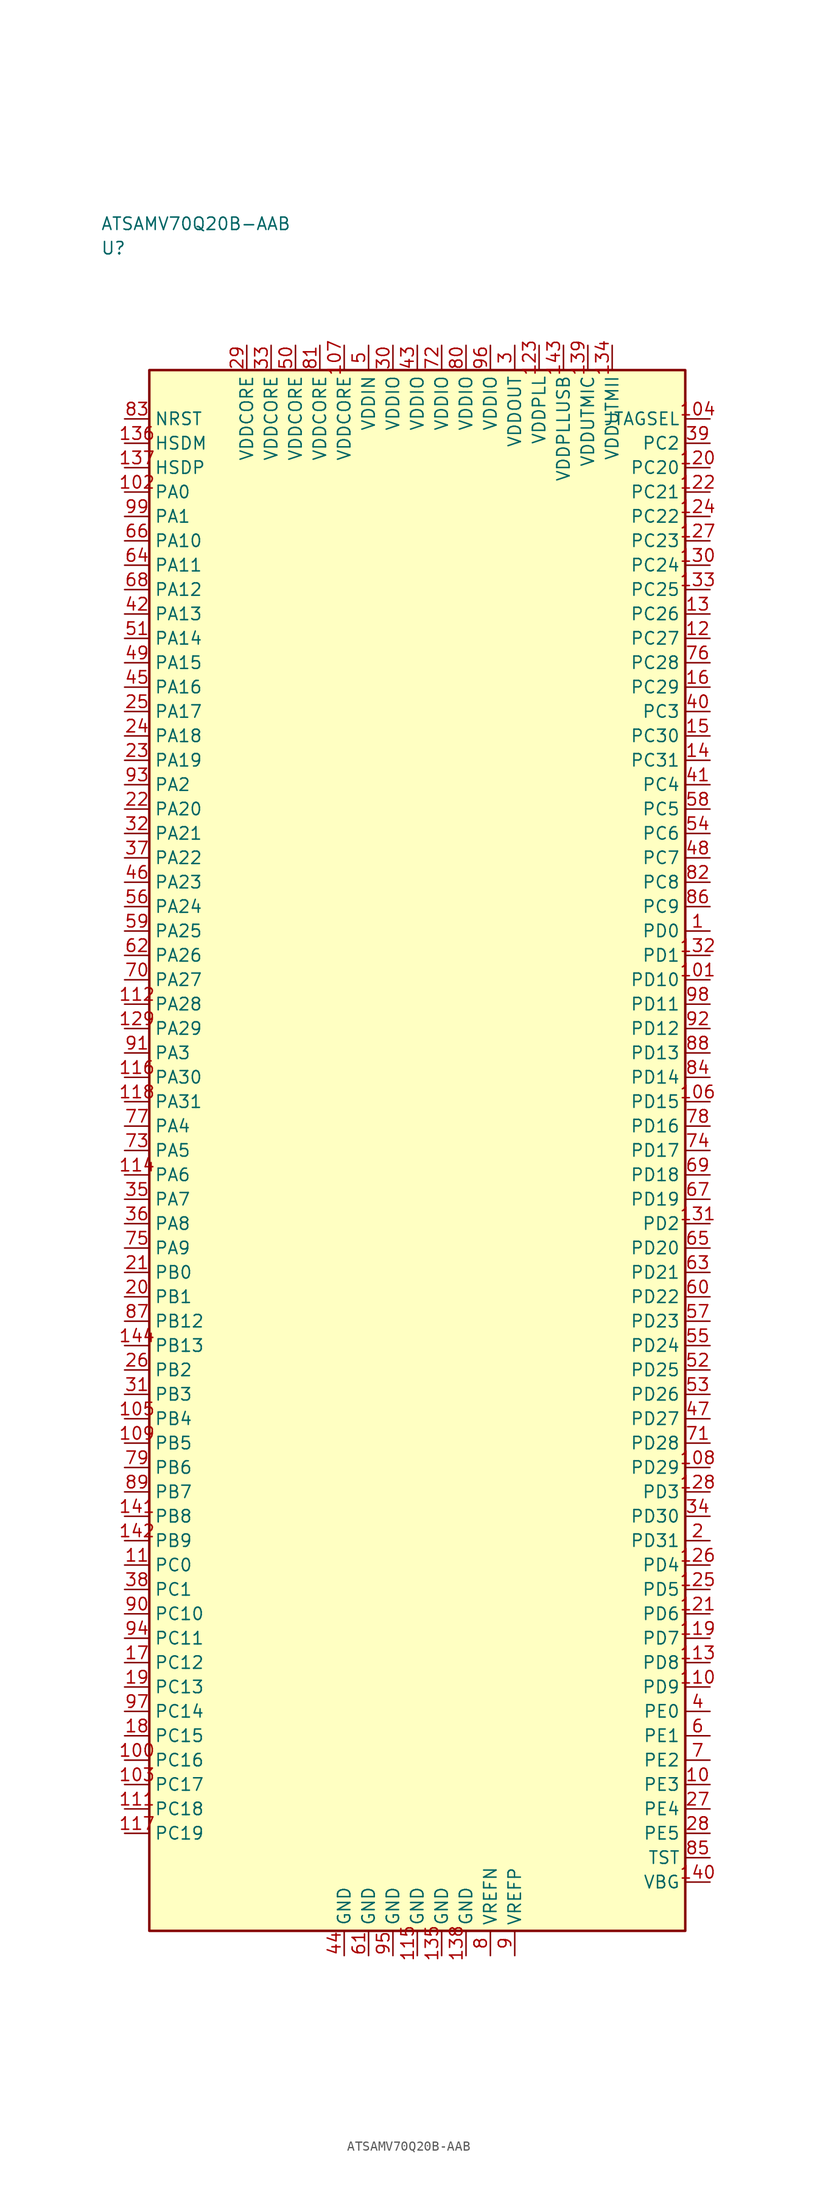
<source format=kicad_sym>
(kicad_symbol_lib
  (version 20241025)
  (generator "kicad_symbol_editor")
  (generator_version "8.0")
  (symbol "ATSAMV70Q20B-AAB"
    (property "Reference" "U"
      (at -32.5 92.5 0)
      (effects (font (size 1.27 1.27)) (justify left)))
    (property "Value" "ATSAMV70Q20B-AAB"
      (at -32.5 95.0 0)
      (effects (font (size 1.27 1.27)) (justify left)))
    (symbol "ATSAMV70Q20B-AAB_0_1"
      (rectangle (start -27.5 80.0) (end 27.5 -80.0) (stroke (width 0.254) (type default)) (fill (type background))))
    (symbol "ATSAMV70Q20B-AAB_1_1"
      (pin bidirectional line (at -30.04 67.5 0.0) (length 2.54) (name "PA0" (effects (font (size 1.27 1.27)))) (number "102" (effects (font (size 1.27 1.27)))))
      (pin bidirectional line (at -30.04 65.0 0.0) (length 2.54) (name "PA1" (effects (font (size 1.27 1.27)))) (number "99" (effects (font (size 1.27 1.27)))))
      (pin bidirectional line (at -30.04 37.5 0.0) (length 2.54) (name "PA2" (effects (font (size 1.27 1.27)))) (number "93" (effects (font (size 1.27 1.27)))))
      (pin bidirectional line (at -30.04 10.0 0.0) (length 2.54) (name "PA3" (effects (font (size 1.27 1.27)))) (number "91" (effects (font (size 1.27 1.27)))))
      (pin bidirectional line (at -30.04 2.5 0.0) (length 2.54) (name "PA4" (effects (font (size 1.27 1.27)))) (number "77" (effects (font (size 1.27 1.27)))))
      (pin bidirectional line (at -30.04 0.0 0.0) (length 2.54) (name "PA5" (effects (font (size 1.27 1.27)))) (number "73" (effects (font (size 1.27 1.27)))))
      (pin bidirectional line (at -30.04 -2.5 0.0) (length 2.54) (name "PA6" (effects (font (size 1.27 1.27)))) (number "114" (effects (font (size 1.27 1.27)))))
      (pin bidirectional line (at -30.04 -5.0 0.0) (length 2.54) (name "PA7" (effects (font (size 1.27 1.27)))) (number "35" (effects (font (size 1.27 1.27)))))
      (pin bidirectional line (at -30.04 -7.5 0.0) (length 2.54) (name "PA8" (effects (font (size 1.27 1.27)))) (number "36" (effects (font (size 1.27 1.27)))))
      (pin bidirectional line (at -30.04 -10.0 0.0) (length 2.54) (name "PA9" (effects (font (size 1.27 1.27)))) (number "75" (effects (font (size 1.27 1.27)))))
      (pin bidirectional line (at -30.04 62.5 0.0) (length 2.54) (name "PA10" (effects (font (size 1.27 1.27)))) (number "66" (effects (font (size 1.27 1.27)))))
      (pin bidirectional line (at -30.04 60.0 0.0) (length 2.54) (name "PA11" (effects (font (size 1.27 1.27)))) (number "64" (effects (font (size 1.27 1.27)))))
      (pin bidirectional line (at -30.04 57.5 0.0) (length 2.54) (name "PA12" (effects (font (size 1.27 1.27)))) (number "68" (effects (font (size 1.27 1.27)))))
      (pin bidirectional line (at -30.04 55.0 0.0) (length 2.54) (name "PA13" (effects (font (size 1.27 1.27)))) (number "42" (effects (font (size 1.27 1.27)))))
      (pin bidirectional line (at -30.04 52.5 0.0) (length 2.54) (name "PA14" (effects (font (size 1.27 1.27)))) (number "51" (effects (font (size 1.27 1.27)))))
      (pin bidirectional line (at -30.04 50.0 0.0) (length 2.54) (name "PA15" (effects (font (size 1.27 1.27)))) (number "49" (effects (font (size 1.27 1.27)))))
      (pin bidirectional line (at -30.04 47.5 0.0) (length 2.54) (name "PA16" (effects (font (size 1.27 1.27)))) (number "45" (effects (font (size 1.27 1.27)))))
      (pin bidirectional line (at -30.04 45.0 0.0) (length 2.54) (name "PA17" (effects (font (size 1.27 1.27)))) (number "25" (effects (font (size 1.27 1.27)))))
      (pin bidirectional line (at -30.04 42.5 0.0) (length 2.54) (name "PA18" (effects (font (size 1.27 1.27)))) (number "24" (effects (font (size 1.27 1.27)))))
      (pin bidirectional line (at -30.04 40.0 0.0) (length 2.54) (name "PA19" (effects (font (size 1.27 1.27)))) (number "23" (effects (font (size 1.27 1.27)))))
      (pin bidirectional line (at -30.04 35.0 0.0) (length 2.54) (name "PA20" (effects (font (size 1.27 1.27)))) (number "22" (effects (font (size 1.27 1.27)))))
      (pin bidirectional line (at -30.04 32.5 0.0) (length 2.54) (name "PA21" (effects (font (size 1.27 1.27)))) (number "32" (effects (font (size 1.27 1.27)))))
      (pin bidirectional line (at -30.04 30.0 0.0) (length 2.54) (name "PA22" (effects (font (size 1.27 1.27)))) (number "37" (effects (font (size 1.27 1.27)))))
      (pin bidirectional line (at -30.04 27.5 0.0) (length 2.54) (name "PA23" (effects (font (size 1.27 1.27)))) (number "46" (effects (font (size 1.27 1.27)))))
      (pin bidirectional line (at -30.04 25.0 0.0) (length 2.54) (name "PA24" (effects (font (size 1.27 1.27)))) (number "56" (effects (font (size 1.27 1.27)))))
      (pin bidirectional line (at -30.04 22.5 0.0) (length 2.54) (name "PA25" (effects (font (size 1.27 1.27)))) (number "59" (effects (font (size 1.27 1.27)))))
      (pin bidirectional line (at -30.04 20.0 0.0) (length 2.54) (name "PA26" (effects (font (size 1.27 1.27)))) (number "62" (effects (font (size 1.27 1.27)))))
      (pin bidirectional line (at -30.04 17.5 0.0) (length 2.54) (name "PA27" (effects (font (size 1.27 1.27)))) (number "70" (effects (font (size 1.27 1.27)))))
      (pin bidirectional line (at -30.04 15.0 0.0) (length 2.54) (name "PA28" (effects (font (size 1.27 1.27)))) (number "112" (effects (font (size 1.27 1.27)))))
      (pin bidirectional line (at -30.04 12.5 0.0) (length 2.54) (name "PA29" (effects (font (size 1.27 1.27)))) (number "129" (effects (font (size 1.27 1.27)))))
      (pin bidirectional line (at -30.04 7.5 0.0) (length 2.54) (name "PA30" (effects (font (size 1.27 1.27)))) (number "116" (effects (font (size 1.27 1.27)))))
      (pin bidirectional line (at -30.04 5.0 0.0) (length 2.54) (name "PA31" (effects (font (size 1.27 1.27)))) (number "118" (effects (font (size 1.27 1.27)))))
      (pin bidirectional line (at -30.04 -12.5 0.0) (length 2.54) (name "PB0" (effects (font (size 1.27 1.27)))) (number "21" (effects (font (size 1.27 1.27)))))
      (pin bidirectional line (at -30.04 -15.0 0.0) (length 2.54) (name "PB1" (effects (font (size 1.27 1.27)))) (number "20" (effects (font (size 1.27 1.27)))))
      (pin bidirectional line (at -30.04 -22.5 0.0) (length 2.54) (name "PB2" (effects (font (size 1.27 1.27)))) (number "26" (effects (font (size 1.27 1.27)))))
      (pin bidirectional line (at -30.04 -25.0 0.0) (length 2.54) (name "PB3" (effects (font (size 1.27 1.27)))) (number "31" (effects (font (size 1.27 1.27)))))
      (pin bidirectional line (at -30.04 -27.5 0.0) (length 2.54) (name "PB4" (effects (font (size 1.27 1.27)))) (number "105" (effects (font (size 1.27 1.27)))))
      (pin bidirectional line (at -30.04 -30.0 0.0) (length 2.54) (name "PB5" (effects (font (size 1.27 1.27)))) (number "109" (effects (font (size 1.27 1.27)))))
      (pin bidirectional line (at -30.04 -32.5 0.0) (length 2.54) (name "PB6" (effects (font (size 1.27 1.27)))) (number "79" (effects (font (size 1.27 1.27)))))
      (pin bidirectional line (at -30.04 -35.0 0.0) (length 2.54) (name "PB7" (effects (font (size 1.27 1.27)))) (number "89" (effects (font (size 1.27 1.27)))))
      (pin bidirectional line (at -30.04 -37.5 0.0) (length 2.54) (name "PB8" (effects (font (size 1.27 1.27)))) (number "141" (effects (font (size 1.27 1.27)))))
      (pin bidirectional line (at -30.04 -40.0 0.0) (length 2.54) (name "PB9" (effects (font (size 1.27 1.27)))) (number "142" (effects (font (size 1.27 1.27)))))
      (pin bidirectional line (at -30.04 -17.5 0.0) (length 2.54) (name "PB12" (effects (font (size 1.27 1.27)))) (number "87" (effects (font (size 1.27 1.27)))))
      (pin bidirectional line (at -30.04 -20.0 0.0) (length 2.54) (name "PB13" (effects (font (size 1.27 1.27)))) (number "144" (effects (font (size 1.27 1.27)))))
      (pin bidirectional line (at -30.04 -42.5 0.0) (length 2.54) (name "PC0" (effects (font (size 1.27 1.27)))) (number "11" (effects (font (size 1.27 1.27)))))
      (pin bidirectional line (at -30.04 -45.0 0.0) (length 2.54) (name "PC1" (effects (font (size 1.27 1.27)))) (number "38" (effects (font (size 1.27 1.27)))))
      (pin bidirectional line (at 30.04 72.5 180.0) (length 2.54) (name "PC2" (effects (font (size 1.27 1.27)))) (number "39" (effects (font (size 1.27 1.27)))))
      (pin bidirectional line (at 30.04 45.0 180.0) (length 2.54) (name "PC3" (effects (font (size 1.27 1.27)))) (number "40" (effects (font (size 1.27 1.27)))))
      (pin bidirectional line (at 30.04 37.5 180.0) (length 2.54) (name "PC4" (effects (font (size 1.27 1.27)))) (number "41" (effects (font (size 1.27 1.27)))))
      (pin bidirectional line (at 30.04 35.0 180.0) (length 2.54) (name "PC5" (effects (font (size 1.27 1.27)))) (number "58" (effects (font (size 1.27 1.27)))))
      (pin bidirectional line (at 30.04 32.5 180.0) (length 2.54) (name "PC6" (effects (font (size 1.27 1.27)))) (number "54" (effects (font (size 1.27 1.27)))))
      (pin bidirectional line (at 30.04 30.0 180.0) (length 2.54) (name "PC7" (effects (font (size 1.27 1.27)))) (number "48" (effects (font (size 1.27 1.27)))))
      (pin bidirectional line (at 30.04 27.5 180.0) (length 2.54) (name "PC8" (effects (font (size 1.27 1.27)))) (number "82" (effects (font (size 1.27 1.27)))))
      (pin bidirectional line (at 30.04 25.0 180.0) (length 2.54) (name "PC9" (effects (font (size 1.27 1.27)))) (number "86" (effects (font (size 1.27 1.27)))))
      (pin bidirectional line (at -30.04 -47.5 0.0) (length 2.54) (name "PC10" (effects (font (size 1.27 1.27)))) (number "90" (effects (font (size 1.27 1.27)))))
      (pin bidirectional line (at -30.04 -50.0 0.0) (length 2.54) (name "PC11" (effects (font (size 1.27 1.27)))) (number "94" (effects (font (size 1.27 1.27)))))
      (pin bidirectional line (at -30.04 -52.5 0.0) (length 2.54) (name "PC12" (effects (font (size 1.27 1.27)))) (number "17" (effects (font (size 1.27 1.27)))))
      (pin bidirectional line (at -30.04 -55.0 0.0) (length 2.54) (name "PC13" (effects (font (size 1.27 1.27)))) (number "19" (effects (font (size 1.27 1.27)))))
      (pin bidirectional line (at -30.04 -57.5 0.0) (length 2.54) (name "PC14" (effects (font (size 1.27 1.27)))) (number "97" (effects (font (size 1.27 1.27)))))
      (pin bidirectional line (at -30.04 -60.0 0.0) (length 2.54) (name "PC15" (effects (font (size 1.27 1.27)))) (number "18" (effects (font (size 1.27 1.27)))))
      (pin bidirectional line (at -30.04 -62.5 0.0) (length 2.54) (name "PC16" (effects (font (size 1.27 1.27)))) (number "100" (effects (font (size 1.27 1.27)))))
      (pin bidirectional line (at -30.04 -65.0 0.0) (length 2.54) (name "PC17" (effects (font (size 1.27 1.27)))) (number "103" (effects (font (size 1.27 1.27)))))
      (pin bidirectional line (at -30.04 -67.5 0.0) (length 2.54) (name "PC18" (effects (font (size 1.27 1.27)))) (number "111" (effects (font (size 1.27 1.27)))))
      (pin bidirectional line (at -30.04 -70.0 0.0) (length 2.54) (name "PC19" (effects (font (size 1.27 1.27)))) (number "117" (effects (font (size 1.27 1.27)))))
      (pin bidirectional line (at 30.04 70.0 180.0) (length 2.54) (name "PC20" (effects (font (size 1.27 1.27)))) (number "120" (effects (font (size 1.27 1.27)))))
      (pin bidirectional line (at 30.04 67.5 180.0) (length 2.54) (name "PC21" (effects (font (size 1.27 1.27)))) (number "122" (effects (font (size 1.27 1.27)))))
      (pin bidirectional line (at 30.04 65.0 180.0) (length 2.54) (name "PC22" (effects (font (size 1.27 1.27)))) (number "124" (effects (font (size 1.27 1.27)))))
      (pin bidirectional line (at 30.04 62.5 180.0) (length 2.54) (name "PC23" (effects (font (size 1.27 1.27)))) (number "127" (effects (font (size 1.27 1.27)))))
      (pin bidirectional line (at 30.04 60.0 180.0) (length 2.54) (name "PC24" (effects (font (size 1.27 1.27)))) (number "130" (effects (font (size 1.27 1.27)))))
      (pin bidirectional line (at 30.04 57.5 180.0) (length 2.54) (name "PC25" (effects (font (size 1.27 1.27)))) (number "133" (effects (font (size 1.27 1.27)))))
      (pin bidirectional line (at 30.04 55.0 180.0) (length 2.54) (name "PC26" (effects (font (size 1.27 1.27)))) (number "13" (effects (font (size 1.27 1.27)))))
      (pin bidirectional line (at 30.04 52.5 180.0) (length 2.54) (name "PC27" (effects (font (size 1.27 1.27)))) (number "12" (effects (font (size 1.27 1.27)))))
      (pin bidirectional line (at 30.04 50.0 180.0) (length 2.54) (name "PC28" (effects (font (size 1.27 1.27)))) (number "76" (effects (font (size 1.27 1.27)))))
      (pin bidirectional line (at 30.04 47.5 180.0) (length 2.54) (name "PC29" (effects (font (size 1.27 1.27)))) (number "16" (effects (font (size 1.27 1.27)))))
      (pin bidirectional line (at 30.04 42.5 180.0) (length 2.54) (name "PC30" (effects (font (size 1.27 1.27)))) (number "15" (effects (font (size 1.27 1.27)))))
      (pin bidirectional line (at 30.04 40.0 180.0) (length 2.54) (name "PC31" (effects (font (size 1.27 1.27)))) (number "14" (effects (font (size 1.27 1.27)))))
      (pin bidirectional line (at 30.04 22.5 180.0) (length 2.54) (name "PD0" (effects (font (size 1.27 1.27)))) (number "1" (effects (font (size 1.27 1.27)))))
      (pin bidirectional line (at 30.04 20.0 180.0) (length 2.54) (name "PD1" (effects (font (size 1.27 1.27)))) (number "132" (effects (font (size 1.27 1.27)))))
      (pin bidirectional line (at 30.04 -7.5 180.0) (length 2.54) (name "PD2" (effects (font (size 1.27 1.27)))) (number "131" (effects (font (size 1.27 1.27)))))
      (pin bidirectional line (at 30.04 -35.0 180.0) (length 2.54) (name "PD3" (effects (font (size 1.27 1.27)))) (number "128" (effects (font (size 1.27 1.27)))))
      (pin bidirectional line (at 30.04 -42.5 180.0) (length 2.54) (name "PD4" (effects (font (size 1.27 1.27)))) (number "126" (effects (font (size 1.27 1.27)))))
      (pin bidirectional line (at 30.04 -45.0 180.0) (length 2.54) (name "PD5" (effects (font (size 1.27 1.27)))) (number "125" (effects (font (size 1.27 1.27)))))
      (pin bidirectional line (at 30.04 -47.5 180.0) (length 2.54) (name "PD6" (effects (font (size 1.27 1.27)))) (number "121" (effects (font (size 1.27 1.27)))))
      (pin bidirectional line (at 30.04 -50.0 180.0) (length 2.54) (name "PD7" (effects (font (size 1.27 1.27)))) (number "119" (effects (font (size 1.27 1.27)))))
      (pin bidirectional line (at 30.04 -52.5 180.0) (length 2.54) (name "PD8" (effects (font (size 1.27 1.27)))) (number "113" (effects (font (size 1.27 1.27)))))
      (pin bidirectional line (at 30.04 -55.0 180.0) (length 2.54) (name "PD9" (effects (font (size 1.27 1.27)))) (number "110" (effects (font (size 1.27 1.27)))))
      (pin bidirectional line (at 30.04 17.5 180.0) (length 2.54) (name "PD10" (effects (font (size 1.27 1.27)))) (number "101" (effects (font (size 1.27 1.27)))))
      (pin bidirectional line (at 30.04 15.0 180.0) (length 2.54) (name "PD11" (effects (font (size 1.27 1.27)))) (number "98" (effects (font (size 1.27 1.27)))))
      (pin bidirectional line (at 30.04 12.5 180.0) (length 2.54) (name "PD12" (effects (font (size 1.27 1.27)))) (number "92" (effects (font (size 1.27 1.27)))))
      (pin bidirectional line (at 30.04 10.0 180.0) (length 2.54) (name "PD13" (effects (font (size 1.27 1.27)))) (number "88" (effects (font (size 1.27 1.27)))))
      (pin bidirectional line (at 30.04 7.5 180.0) (length 2.54) (name "PD14" (effects (font (size 1.27 1.27)))) (number "84" (effects (font (size 1.27 1.27)))))
      (pin bidirectional line (at 30.04 5.0 180.0) (length 2.54) (name "PD15" (effects (font (size 1.27 1.27)))) (number "106" (effects (font (size 1.27 1.27)))))
      (pin bidirectional line (at 30.04 2.5 180.0) (length 2.54) (name "PD16" (effects (font (size 1.27 1.27)))) (number "78" (effects (font (size 1.27 1.27)))))
      (pin bidirectional line (at 30.04 0.0 180.0) (length 2.54) (name "PD17" (effects (font (size 1.27 1.27)))) (number "74" (effects (font (size 1.27 1.27)))))
      (pin bidirectional line (at 30.04 -2.5 180.0) (length 2.54) (name "PD18" (effects (font (size 1.27 1.27)))) (number "69" (effects (font (size 1.27 1.27)))))
      (pin bidirectional line (at 30.04 -5.0 180.0) (length 2.54) (name "PD19" (effects (font (size 1.27 1.27)))) (number "67" (effects (font (size 1.27 1.27)))))
      (pin bidirectional line (at 30.04 -10.0 180.0) (length 2.54) (name "PD20" (effects (font (size 1.27 1.27)))) (number "65" (effects (font (size 1.27 1.27)))))
      (pin bidirectional line (at 30.04 -12.5 180.0) (length 2.54) (name "PD21" (effects (font (size 1.27 1.27)))) (number "63" (effects (font (size 1.27 1.27)))))
      (pin bidirectional line (at 30.04 -15.0 180.0) (length 2.54) (name "PD22" (effects (font (size 1.27 1.27)))) (number "60" (effects (font (size 1.27 1.27)))))
      (pin bidirectional line (at 30.04 -17.5 180.0) (length 2.54) (name "PD23" (effects (font (size 1.27 1.27)))) (number "57" (effects (font (size 1.27 1.27)))))
      (pin bidirectional line (at 30.04 -20.0 180.0) (length 2.54) (name "PD24" (effects (font (size 1.27 1.27)))) (number "55" (effects (font (size 1.27 1.27)))))
      (pin bidirectional line (at 30.04 -22.5 180.0) (length 2.54) (name "PD25" (effects (font (size 1.27 1.27)))) (number "52" (effects (font (size 1.27 1.27)))))
      (pin bidirectional line (at 30.04 -25.0 180.0) (length 2.54) (name "PD26" (effects (font (size 1.27 1.27)))) (number "53" (effects (font (size 1.27 1.27)))))
      (pin bidirectional line (at 30.04 -27.5 180.0) (length 2.54) (name "PD27" (effects (font (size 1.27 1.27)))) (number "47" (effects (font (size 1.27 1.27)))))
      (pin bidirectional line (at 30.04 -30.0 180.0) (length 2.54) (name "PD28" (effects (font (size 1.27 1.27)))) (number "71" (effects (font (size 1.27 1.27)))))
      (pin bidirectional line (at 30.04 -32.5 180.0) (length 2.54) (name "PD29" (effects (font (size 1.27 1.27)))) (number "108" (effects (font (size 1.27 1.27)))))
      (pin bidirectional line (at 30.04 -37.5 180.0) (length 2.54) (name "PD30" (effects (font (size 1.27 1.27)))) (number "34" (effects (font (size 1.27 1.27)))))
      (pin bidirectional line (at 30.04 -40.0 180.0) (length 2.54) (name "PD31" (effects (font (size 1.27 1.27)))) (number "2" (effects (font (size 1.27 1.27)))))
      (pin bidirectional line (at 30.04 -57.5 180.0) (length 2.54) (name "PE0" (effects (font (size 1.27 1.27)))) (number "4" (effects (font (size 1.27 1.27)))))
      (pin bidirectional line (at 30.04 -60.0 180.0) (length 2.54) (name "PE1" (effects (font (size 1.27 1.27)))) (number "6" (effects (font (size 1.27 1.27)))))
      (pin bidirectional line (at 30.04 -62.5 180.0) (length 2.54) (name "PE2" (effects (font (size 1.27 1.27)))) (number "7" (effects (font (size 1.27 1.27)))))
      (pin bidirectional line (at 30.04 -65.0 180.0) (length 2.54) (name "PE3" (effects (font (size 1.27 1.27)))) (number "10" (effects (font (size 1.27 1.27)))))
      (pin bidirectional line (at 30.04 -67.5 180.0) (length 2.54) (name "PE4" (effects (font (size 1.27 1.27)))) (number "27" (effects (font (size 1.27 1.27)))))
      (pin bidirectional line (at 30.04 -70.0 180.0) (length 2.54) (name "PE5" (effects (font (size 1.27 1.27)))) (number "28" (effects (font (size 1.27 1.27)))))
      (pin power_in line (at 10.0 82.54 270.0) (length 2.54) (name "VDDOUT" (effects (font (size 1.27 1.27)))) (number "3" (effects (font (size 1.27 1.27)))))
      (pin power_in line (at -5.0 82.54 270.0) (length 2.54) (name "VDDIN" (effects (font (size 1.27 1.27)))) (number "5" (effects (font (size 1.27 1.27)))))
      (pin passive line (at 7.5 -82.54 90.0) (length 2.54) (name "VREFN" (effects (font (size 1.27 1.27)))) (number "8" (effects (font (size 1.27 1.27)))))
      (pin passive line (at 10.0 -82.54 90.0) (length 2.54) (name "VREFP" (effects (font (size 1.27 1.27)))) (number "9" (effects (font (size 1.27 1.27)))))
      (pin input line (at -30.04 75.0 0.0) (length 2.54) (name "NRST" (effects (font (size 1.27 1.27)))) (number "83" (effects (font (size 1.27 1.27)))))
      (pin bidirectional line (at 30.04 -72.5 180.0) (length 2.54) (name "TST" (effects (font (size 1.27 1.27)))) (number "85" (effects (font (size 1.27 1.27)))))
      (pin power_in line (at -2.5 82.54 270.0) (length 2.54) (name "VDDIO" (effects (font (size 1.27 1.27)))) (number "30" (effects (font (size 1.27 1.27)))))
      (pin power_in line (at 0.0 82.54 270.0) (length 2.54) (name "VDDIO" (effects (font (size 1.27 1.27)))) (number "43" (effects (font (size 1.27 1.27)))))
      (pin power_in line (at 2.5 82.54 270.0) (length 2.54) (name "VDDIO" (effects (font (size 1.27 1.27)))) (number "72" (effects (font (size 1.27 1.27)))))
      (pin power_in line (at 5.0 82.54 270.0) (length 2.54) (name "VDDIO" (effects (font (size 1.27 1.27)))) (number "80" (effects (font (size 1.27 1.27)))))
      (pin power_in line (at 7.5 82.54 270.0) (length 2.54) (name "VDDIO" (effects (font (size 1.27 1.27)))) (number "96" (effects (font (size 1.27 1.27)))))
      (pin output line (at 30.04 75.0 180.0) (length 2.54) (name "JTAGSEL" (effects (font (size 1.27 1.27)))) (number "104" (effects (font (size 1.27 1.27)))))
      (pin power_in line (at -17.5 82.54 270.0) (length 2.54) (name "VDDCORE" (effects (font (size 1.27 1.27)))) (number "29" (effects (font (size 1.27 1.27)))))
      (pin power_in line (at -15.0 82.54 270.0) (length 2.54) (name "VDDCORE" (effects (font (size 1.27 1.27)))) (number "33" (effects (font (size 1.27 1.27)))))
      (pin power_in line (at -12.5 82.54 270.0) (length 2.54) (name "VDDCORE" (effects (font (size 1.27 1.27)))) (number "50" (effects (font (size 1.27 1.27)))))
      (pin power_in line (at -10.0 82.54 270.0) (length 2.54) (name "VDDCORE" (effects (font (size 1.27 1.27)))) (number "81" (effects (font (size 1.27 1.27)))))
      (pin power_in line (at -7.5 82.54 270.0) (length 2.54) (name "VDDCORE" (effects (font (size 1.27 1.27)))) (number "107" (effects (font (size 1.27 1.27)))))
      (pin power_in line (at 12.5 82.54 270.0) (length 2.54) (name "VDDPLL" (effects (font (size 1.27 1.27)))) (number "123" (effects (font (size 1.27 1.27)))))
      (pin power_in line (at 20.0 82.54 270.0) (length 2.54) (name "VDDUTMII" (effects (font (size 1.27 1.27)))) (number "134" (effects (font (size 1.27 1.27)))))
      (pin bidirectional line (at -30.04 72.5 0.0) (length 2.54) (name "HSDM" (effects (font (size 1.27 1.27)))) (number "136" (effects (font (size 1.27 1.27)))))
      (pin bidirectional line (at -30.04 70.0 0.0) (length 2.54) (name "HSDP" (effects (font (size 1.27 1.27)))) (number "137" (effects (font (size 1.27 1.27)))))
      (pin passive line (at -7.5 -82.54 90.0) (length 2.54) (name "GND" (effects (font (size 1.27 1.27)))) (number "44" (effects (font (size 1.27 1.27)))))
      (pin passive line (at -5.0 -82.54 90.0) (length 2.54) (name "GND" (effects (font (size 1.27 1.27)))) (number "61" (effects (font (size 1.27 1.27)))))
      (pin passive line (at -2.5 -82.54 90.0) (length 2.54) (name "GND" (effects (font (size 1.27 1.27)))) (number "95" (effects (font (size 1.27 1.27)))))
      (pin passive line (at 0.0 -82.54 90.0) (length 2.54) (name "GND" (effects (font (size 1.27 1.27)))) (number "115" (effects (font (size 1.27 1.27)))))
      (pin passive line (at 2.5 -82.54 90.0) (length 2.54) (name "GND" (effects (font (size 1.27 1.27)))) (number "135" (effects (font (size 1.27 1.27)))))
      (pin passive line (at 5.0 -82.54 90.0) (length 2.54) (name "GND" (effects (font (size 1.27 1.27)))) (number "138" (effects (font (size 1.27 1.27)))))
      (pin power_in line (at 17.5 82.54 270.0) (length 2.54) (name "VDDUTMIC" (effects (font (size 1.27 1.27)))) (number "139" (effects (font (size 1.27 1.27)))))
      (pin bidirectional line (at 30.04 -75.0 180.0) (length 2.54) (name "VBG" (effects (font (size 1.27 1.27)))) (number "140" (effects (font (size 1.27 1.27)))))
      (pin power_in line (at 15.0 82.54 270.0) (length 2.54) (name "VDDPLLUSB" (effects (font (size 1.27 1.27)))) (number "143" (effects (font (size 1.27 1.27))))))))
</source>
